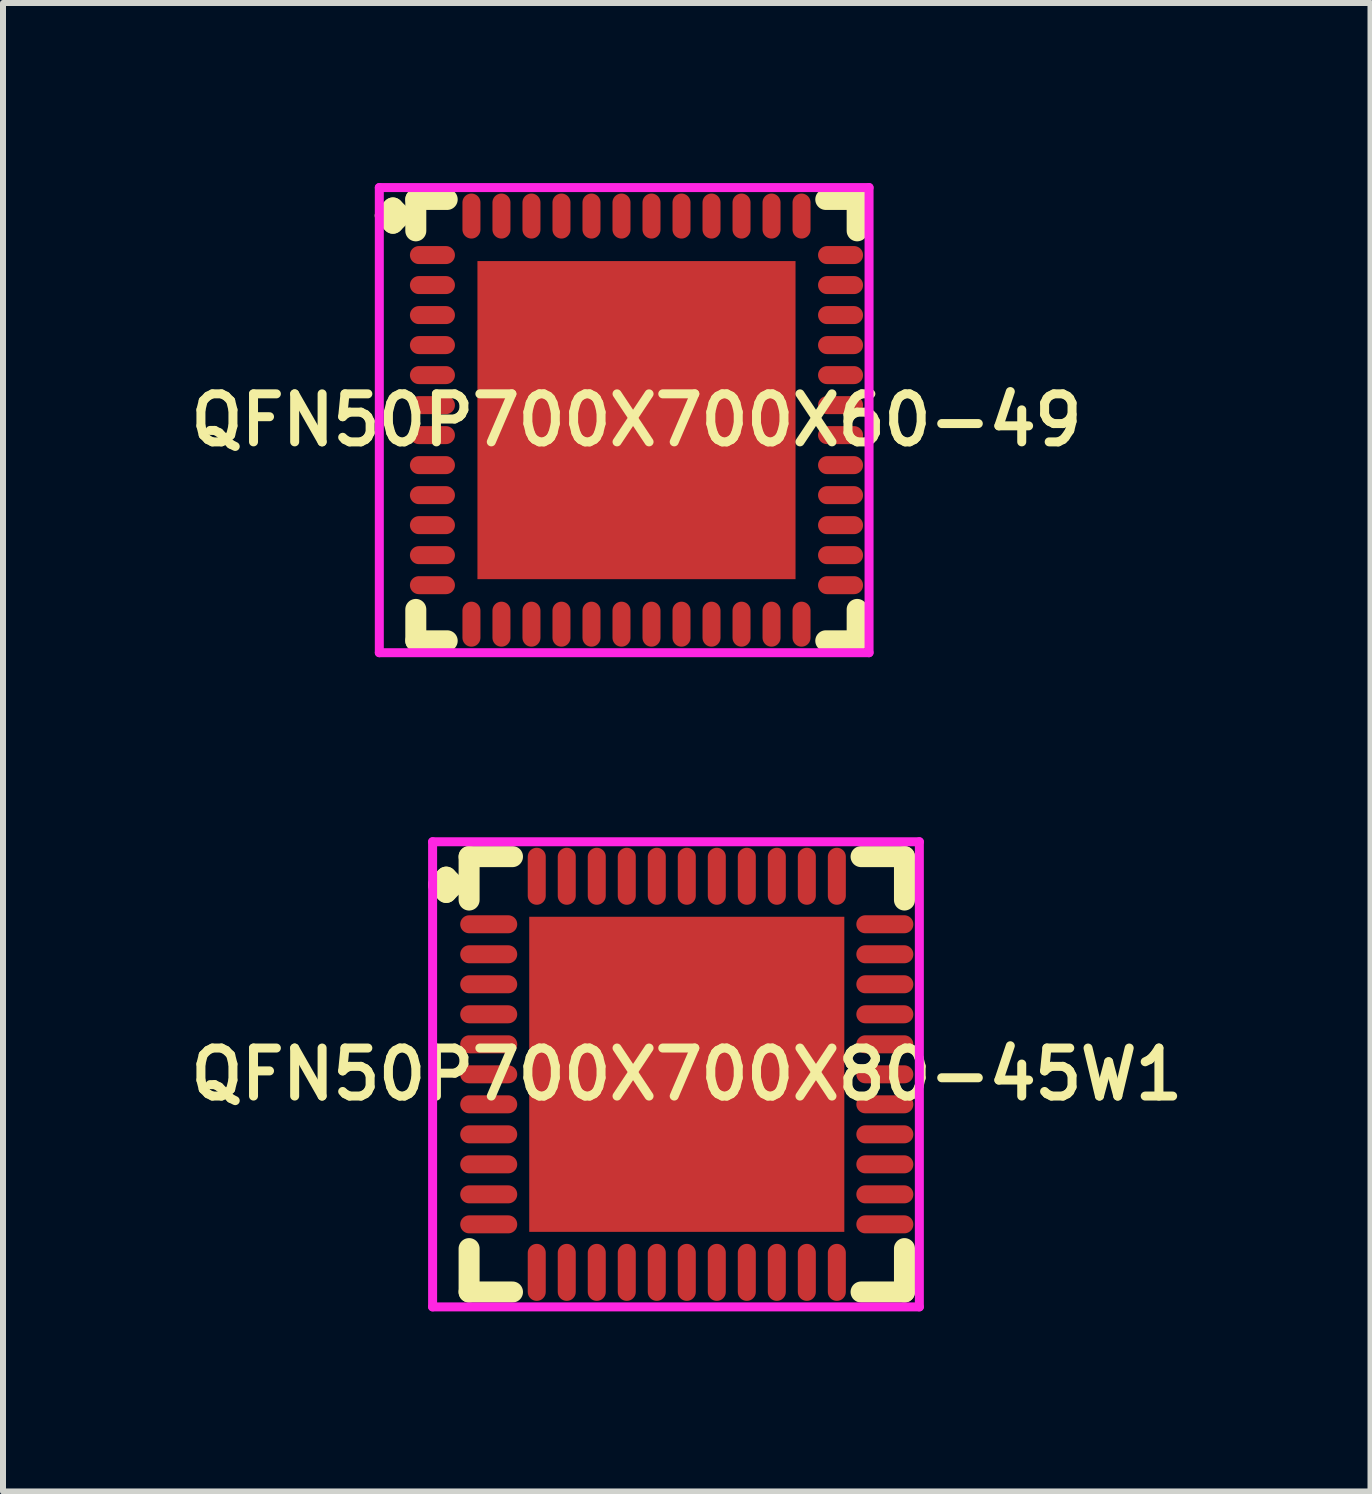
<source format=kicad_pcb>
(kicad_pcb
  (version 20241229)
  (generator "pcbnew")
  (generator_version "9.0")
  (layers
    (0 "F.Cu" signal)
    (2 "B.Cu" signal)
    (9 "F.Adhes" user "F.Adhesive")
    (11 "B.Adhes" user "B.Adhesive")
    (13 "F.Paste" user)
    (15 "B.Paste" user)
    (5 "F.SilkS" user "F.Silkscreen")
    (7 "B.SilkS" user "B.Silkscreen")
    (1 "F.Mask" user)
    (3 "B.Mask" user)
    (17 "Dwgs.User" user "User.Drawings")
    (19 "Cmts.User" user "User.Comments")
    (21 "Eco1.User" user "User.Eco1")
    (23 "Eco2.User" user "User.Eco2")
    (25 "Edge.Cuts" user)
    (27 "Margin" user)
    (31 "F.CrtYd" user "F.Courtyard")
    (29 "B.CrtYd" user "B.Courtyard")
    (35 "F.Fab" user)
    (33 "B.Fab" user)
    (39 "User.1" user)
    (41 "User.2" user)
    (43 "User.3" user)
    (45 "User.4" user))
  (footprint "QFN50P700X700X80-45W1"
    (layer "F.Cu")
    (at 8.393 14.85)
    (property "Reference" "QFN50P700X700X80-45W1" (at 0 0 0) (layer "F.SilkS") (effects (font (size 0.8 0.8) (thickness 0.15))))
    (attr smd)
    (fp_line (start -4.135 -3.158) (end -4.008 -3.285) (stroke (width 0.35) (type solid)) (layer "F.SilkS"))
    (fp_line (start -4.008 -3.285) (end -3.881 -3.158) (stroke (width 0.35) (type solid)) (layer "F.SilkS"))
    (fp_line (start -4.008 -3.031) (end -4.135 -3.158) (stroke (width 0.35) (type solid)) (layer "F.SilkS"))
    (fp_line (start -3.881 -3.158) (end -4.008 -3.031) (stroke (width 0.35) (type solid)) (layer "F.SilkS"))
    (fp_line (start -3.627 -3.627) (end -2.904 -3.627) (stroke (width 0.35) (type solid)) (layer "F.SilkS"))
    (fp_line (start -3.627 -2.904) (end -3.627 -3.627) (stroke (width 0.35) (type solid)) (layer "F.SilkS"))
    (fp_line (start -3.627 2.904) (end -3.627 3.627) (stroke (width 0.35) (type solid)) (layer "F.SilkS"))
    (fp_line (start -3.627 3.627) (end -2.904 3.627) (stroke (width 0.35) (type solid)) (layer "F.SilkS"))
    (fp_line (start 2.904 -3.627) (end 3.627 -3.627) (stroke (width 0.35) (type solid)) (layer "F.SilkS"))
    (fp_line (start 2.904 3.627) (end 3.627 3.627) (stroke (width 0.35) (type solid)) (layer "F.SilkS"))
    (fp_line (start 3.627 -3.627) (end 3.627 -2.904) (stroke (width 0.35) (type solid)) (layer "F.SilkS"))
    (fp_line (start 3.627 3.627) (end 3.627 2.904) (stroke (width 0.35) (type solid)) (layer "F.SilkS"))
    (fp_line (start -4.235 -3.875) (end 3.875 -3.875) (stroke (width 0.15) (type solid)) (layer "F.CrtYd"))
    (fp_line (start -4.235 3.875) (end -4.235 -3.875) (stroke (width 0.15) (type solid)) (layer "F.CrtYd"))
    (fp_line (start 3.875 -3.875) (end 3.875 3.875) (stroke (width 0.15) (type solid)) (layer "F.CrtYd"))
    (fp_line (start 3.875 3.875) (end -4.235 3.875) (stroke (width 0.15) (type solid)) (layer "F.CrtYd"))
    (pad "1" smd oval (at -3.3 -2.5) (size 0.95 0.3) (layers "F.Cu" "F.Mask" "F.Paste"))
    (pad "2" smd oval (at -3.3 -2) (size 0.95 0.3) (layers "F.Cu" "F.Mask" "F.Paste"))
    (pad "3" smd oval (at -3.3 -1.5) (size 0.95 0.3) (layers "F.Cu" "F.Mask" "F.Paste"))
    (pad "4" smd oval (at -3.3 -1) (size 0.95 0.3) (layers "F.Cu" "F.Mask" "F.Paste"))
    (pad "5" smd oval (at -3.3 -0.5) (size 0.95 0.3) (layers "F.Cu" "F.Mask" "F.Paste"))
    (pad "6" smd oval (at -3.3 0) (size 0.95 0.3) (layers "F.Cu" "F.Mask" "F.Paste"))
    (pad "7" smd oval (at -3.3 0.5) (size 0.95 0.3) (layers "F.Cu" "F.Mask" "F.Paste"))
    (pad "8" smd oval (at -3.3 1) (size 0.95 0.3) (layers "F.Cu" "F.Mask" "F.Paste"))
    (pad "9" smd oval (at -3.3 1.5) (size 0.95 0.3) (layers "F.Cu" "F.Mask" "F.Paste"))
    (pad "10" smd oval (at -3.3 2) (size 0.95 0.3) (layers "F.Cu" "F.Mask" "F.Paste"))
    (pad "11" smd oval (at -3.3 2.5) (size 0.95 0.3) (layers "F.Cu" "F.Mask" "F.Paste"))
    (pad "12" smd oval (at -2.5 3.3) (size 0.3 0.95) (layers "F.Cu" "F.Mask" "F.Paste"))
    (pad "13" smd oval (at -2 3.3) (size 0.3 0.95) (layers "F.Cu" "F.Mask" "F.Paste"))
    (pad "14" smd oval (at -1.5 3.3) (size 0.3 0.95) (layers "F.Cu" "F.Mask" "F.Paste"))
    (pad "15" smd oval (at -1 3.3) (size 0.3 0.95) (layers "F.Cu" "F.Mask" "F.Paste"))
    (pad "16" smd oval (at -0.5 3.3) (size 0.3 0.95) (layers "F.Cu" "F.Mask" "F.Paste"))
    (pad "17" smd oval (at 0 3.3) (size 0.3 0.95) (layers "F.Cu" "F.Mask" "F.Paste"))
    (pad "18" smd oval (at 0.5 3.3) (size 0.3 0.95) (layers "F.Cu" "F.Mask" "F.Paste"))
    (pad "19" smd oval (at 1 3.3) (size 0.3 0.95) (layers "F.Cu" "F.Mask" "F.Paste"))
    (pad "20" smd oval (at 1.5 3.3) (size 0.3 0.95) (layers "F.Cu" "F.Mask" "F.Paste"))
    (pad "21" smd oval (at 2 3.3) (size 0.3 0.95) (layers "F.Cu" "F.Mask" "F.Paste"))
    (pad "22" smd oval (at 2.5 3.3) (size 0.3 0.95) (layers "F.Cu" "F.Mask" "F.Paste"))
    (pad "23" smd oval (at 3.3 2.5) (size 0.95 0.3) (layers "F.Cu" "F.Mask" "F.Paste"))
    (pad "24" smd oval (at 3.3 2) (size 0.95 0.3) (layers "F.Cu" "F.Mask" "F.Paste"))
    (pad "25" smd oval (at 3.3 1.5) (size 0.95 0.3) (layers "F.Cu" "F.Mask" "F.Paste"))
    (pad "26" smd oval (at 3.3 1) (size 0.95 0.3) (layers "F.Cu" "F.Mask" "F.Paste"))
    (pad "27" smd oval (at 3.3 0.5) (size 0.95 0.3) (layers "F.Cu" "F.Mask" "F.Paste"))
    (pad "28" smd oval (at 3.3 0) (size 0.95 0.3) (layers "F.Cu" "F.Mask" "F.Paste"))
    (pad "29" smd oval (at 3.3 -0.5) (size 0.95 0.3) (layers "F.Cu" "F.Mask" "F.Paste"))
    (pad "30" smd oval (at 3.3 -1) (size 0.95 0.3) (layers "F.Cu" "F.Mask" "F.Paste"))
    (pad "31" smd oval (at 3.3 -1.5) (size 0.95 0.3) (layers "F.Cu" "F.Mask" "F.Paste"))
    (pad "32" smd oval (at 3.3 -2) (size 0.95 0.3) (layers "F.Cu" "F.Mask" "F.Paste"))
    (pad "33" smd oval (at 3.3 -2.5) (size 0.95 0.3) (layers "F.Cu" "F.Mask" "F.Paste"))
    (pad "34" smd oval (at 2.5 -3.3) (size 0.3 0.95) (layers "F.Cu" "F.Mask" "F.Paste"))
    (pad "35" smd oval (at 2 -3.3) (size 0.3 0.95) (layers "F.Cu" "F.Mask" "F.Paste"))
    (pad "36" smd oval (at 1.5 -3.3) (size 0.3 0.95) (layers "F.Cu" "F.Mask" "F.Paste"))
    (pad "37" smd oval (at 1 -3.3) (size 0.3 0.95) (layers "F.Cu" "F.Mask" "F.Paste"))
    (pad "38" smd oval (at 0.5 -3.3) (size 0.3 0.95) (layers "F.Cu" "F.Mask" "F.Paste"))
    (pad "39" smd oval (at 0 -3.3) (size 0.3 0.95) (layers "F.Cu" "F.Mask" "F.Paste"))
    (pad "40" smd oval (at -0.5 -3.3) (size 0.3 0.95) (layers "F.Cu" "F.Mask" "F.Paste"))
    (pad "41" smd oval (at -1 -3.3) (size 0.3 0.95) (layers "F.Cu" "F.Mask" "F.Paste"))
    (pad "42" smd oval (at -1.5 -3.3) (size 0.3 0.95) (layers "F.Cu" "F.Mask" "F.Paste"))
    (pad "43" smd oval (at -2 -3.3) (size 0.3 0.95) (layers "F.Cu" "F.Mask" "F.Paste"))
    (pad "44" smd oval (at -2.5 -3.3) (size 0.3 0.95) (layers "F.Cu" "F.Mask" "F.Paste"))
    (pad "45" smd rect (at 0 0) (size 5.25 5.25) (layers "F.Cu" "F.Mask" "F.Paste")))
  (footprint "QFN50P700X700X60-49"
    (layer "F.Cu")
    (at 7.555 3.95)
    (property "Reference" "QFN50P700X700X60-49" (at 0 0 0) (layer "F.SilkS") (effects (font (size 0.8 0.8) (thickness 0.15))))
    (attr smd)
    (fp_line (start -4.185 -3.408) (end -4.058 -3.535) (stroke (width 0.35) (type solid)) (layer "F.SilkS"))
    (fp_line (start -4.058 -3.535) (end -3.931 -3.408) (stroke (width 0.35) (type solid)) (layer "F.SilkS"))
    (fp_line (start -4.058 -3.281) (end -4.185 -3.408) (stroke (width 0.35) (type solid)) (layer "F.SilkS"))
    (fp_line (start -3.931 -3.408) (end -4.058 -3.281) (stroke (width 0.35) (type solid)) (layer "F.SilkS"))
    (fp_line (start -3.677 -3.677) (end -3.154 -3.677) (stroke (width 0.35) (type solid)) (layer "F.SilkS"))
    (fp_line (start -3.677 -3.154) (end -3.677 -3.677) (stroke (width 0.35) (type solid)) (layer "F.SilkS"))
    (fp_line (start -3.677 3.154) (end -3.677 3.677) (stroke (width 0.35) (type solid)) (layer "F.SilkS"))
    (fp_line (start -3.677 3.677) (end -3.154 3.677) (stroke (width 0.35) (type solid)) (layer "F.SilkS"))
    (fp_line (start 3.154 -3.677) (end 3.677 -3.677) (stroke (width 0.35) (type solid)) (layer "F.SilkS"))
    (fp_line (start 3.154 3.677) (end 3.677 3.677) (stroke (width 0.35) (type solid)) (layer "F.SilkS"))
    (fp_line (start 3.677 -3.677) (end 3.677 -3.154) (stroke (width 0.35) (type solid)) (layer "F.SilkS"))
    (fp_line (start 3.677 3.677) (end 3.677 3.154) (stroke (width 0.35) (type solid)) (layer "F.SilkS"))
    (fp_line (start -4.285 -3.875) (end 3.875 -3.875) (stroke (width 0.15) (type solid)) (layer "F.CrtYd"))
    (fp_line (start -4.285 3.875) (end -4.285 -3.875) (stroke (width 0.15) (type solid)) (layer "F.CrtYd"))
    (fp_line (start 3.875 -3.875) (end 3.875 3.875) (stroke (width 0.15) (type solid)) (layer "F.CrtYd"))
    (fp_line (start 3.875 3.875) (end -4.285 3.875) (stroke (width 0.15) (type solid)) (layer "F.CrtYd"))
    (pad "1" smd oval (at -3.4 -2.75) (size 0.75 0.3) (layers "F.Cu" "F.Mask" "F.Paste"))
    (pad "2" smd oval (at -3.4 -2.25) (size 0.75 0.3) (layers "F.Cu" "F.Mask" "F.Paste"))
    (pad "3" smd oval (at -3.4 -1.75) (size 0.75 0.3) (layers "F.Cu" "F.Mask" "F.Paste"))
    (pad "4" smd oval (at -3.4 -1.25) (size 0.75 0.3) (layers "F.Cu" "F.Mask" "F.Paste"))
    (pad "5" smd oval (at -3.4 -0.75) (size 0.75 0.3) (layers "F.Cu" "F.Mask" "F.Paste"))
    (pad "6" smd oval (at -3.4 -0.25) (size 0.75 0.3) (layers "F.Cu" "F.Mask" "F.Paste"))
    (pad "7" smd oval (at -3.4 0.25) (size 0.75 0.3) (layers "F.Cu" "F.Mask" "F.Paste"))
    (pad "8" smd oval (at -3.4 0.75) (size 0.75 0.3) (layers "F.Cu" "F.Mask" "F.Paste"))
    (pad "9" smd oval (at -3.4 1.25) (size 0.75 0.3) (layers "F.Cu" "F.Mask" "F.Paste"))
    (pad "10" smd oval (at -3.4 1.75) (size 0.75 0.3) (layers "F.Cu" "F.Mask" "F.Paste"))
    (pad "11" smd oval (at -3.4 2.25) (size 0.75 0.3) (layers "F.Cu" "F.Mask" "F.Paste"))
    (pad "12" smd oval (at -3.4 2.75) (size 0.75 0.3) (layers "F.Cu" "F.Mask" "F.Paste"))
    (pad "13" smd oval (at -2.75 3.4) (size 0.3 0.75) (layers "F.Cu" "F.Mask" "F.Paste"))
    (pad "14" smd oval (at -2.25 3.4) (size 0.3 0.75) (layers "F.Cu" "F.Mask" "F.Paste"))
    (pad "15" smd oval (at -1.75 3.4) (size 0.3 0.75) (layers "F.Cu" "F.Mask" "F.Paste"))
    (pad "16" smd oval (at -1.25 3.4) (size 0.3 0.75) (layers "F.Cu" "F.Mask" "F.Paste"))
    (pad "17" smd oval (at -0.75 3.4) (size 0.3 0.75) (layers "F.Cu" "F.Mask" "F.Paste"))
    (pad "18" smd oval (at -0.25 3.4) (size 0.3 0.75) (layers "F.Cu" "F.Mask" "F.Paste"))
    (pad "19" smd oval (at 0.25 3.4) (size 0.3 0.75) (layers "F.Cu" "F.Mask" "F.Paste"))
    (pad "20" smd oval (at 0.75 3.4) (size 0.3 0.75) (layers "F.Cu" "F.Mask" "F.Paste"))
    (pad "21" smd oval (at 1.25 3.4) (size 0.3 0.75) (layers "F.Cu" "F.Mask" "F.Paste"))
    (pad "22" smd oval (at 1.75 3.4) (size 0.3 0.75) (layers "F.Cu" "F.Mask" "F.Paste"))
    (pad "23" smd oval (at 2.25 3.4) (size 0.3 0.75) (layers "F.Cu" "F.Mask" "F.Paste"))
    (pad "24" smd oval (at 2.75 3.4) (size 0.3 0.75) (layers "F.Cu" "F.Mask" "F.Paste"))
    (pad "25" smd oval (at 3.4 2.75) (size 0.75 0.3) (layers "F.Cu" "F.Mask" "F.Paste"))
    (pad "26" smd oval (at 3.4 2.25) (size 0.75 0.3) (layers "F.Cu" "F.Mask" "F.Paste"))
    (pad "27" smd oval (at 3.4 1.75) (size 0.75 0.3) (layers "F.Cu" "F.Mask" "F.Paste"))
    (pad "28" smd oval (at 3.4 1.25) (size 0.75 0.3) (layers "F.Cu" "F.Mask" "F.Paste"))
    (pad "29" smd oval (at 3.4 0.75) (size 0.75 0.3) (layers "F.Cu" "F.Mask" "F.Paste"))
    (pad "30" smd oval (at 3.4 0.25) (size 0.75 0.3) (layers "F.Cu" "F.Mask" "F.Paste"))
    (pad "31" smd oval (at 3.4 -0.25) (size 0.75 0.3) (layers "F.Cu" "F.Mask" "F.Paste"))
    (pad "32" smd oval (at 3.4 -0.75) (size 0.75 0.3) (layers "F.Cu" "F.Mask" "F.Paste"))
    (pad "33" smd oval (at 3.4 -1.25) (size 0.75 0.3) (layers "F.Cu" "F.Mask" "F.Paste"))
    (pad "34" smd oval (at 3.4 -1.75) (size 0.75 0.3) (layers "F.Cu" "F.Mask" "F.Paste"))
    (pad "35" smd oval (at 3.4 -2.25) (size 0.75 0.3) (layers "F.Cu" "F.Mask" "F.Paste"))
    (pad "36" smd oval (at 3.4 -2.75) (size 0.75 0.3) (layers "F.Cu" "F.Mask" "F.Paste"))
    (pad "37" smd oval (at 2.75 -3.4) (size 0.3 0.75) (layers "F.Cu" "F.Mask" "F.Paste"))
    (pad "38" smd oval (at 2.25 -3.4) (size 0.3 0.75) (layers "F.Cu" "F.Mask" "F.Paste"))
    (pad "39" smd oval (at 1.75 -3.4) (size 0.3 0.75) (layers "F.Cu" "F.Mask" "F.Paste"))
    (pad "40" smd oval (at 1.25 -3.4) (size 0.3 0.75) (layers "F.Cu" "F.Mask" "F.Paste"))
    (pad "41" smd oval (at 0.75 -3.4) (size 0.3 0.75) (layers "F.Cu" "F.Mask" "F.Paste"))
    (pad "42" smd oval (at 0.25 -3.4) (size 0.3 0.75) (layers "F.Cu" "F.Mask" "F.Paste"))
    (pad "43" smd oval (at -0.25 -3.4) (size 0.3 0.75) (layers "F.Cu" "F.Mask" "F.Paste"))
    (pad "44" smd oval (at -0.75 -3.4) (size 0.3 0.75) (layers "F.Cu" "F.Mask" "F.Paste"))
    (pad "45" smd oval (at -1.25 -3.4) (size 0.3 0.75) (layers "F.Cu" "F.Mask" "F.Paste"))
    (pad "46" smd oval (at -1.75 -3.4) (size 0.3 0.75) (layers "F.Cu" "F.Mask" "F.Paste"))
    (pad "47" smd oval (at -2.25 -3.4) (size 0.3 0.75) (layers "F.Cu" "F.Mask" "F.Paste"))
    (pad "48" smd oval (at -2.75 -3.4) (size 0.3 0.75) (layers "F.Cu" "F.Mask" "F.Paste"))
    (pad "49" smd rect (at 0 0) (size 5.3 5.3) (layers "F.Cu" "F.Mask" "F.Paste")))
  (gr_rect
    (start -3 -3)
    (end 19.785 21.8)
    (stroke (width 0.1) (type default))
    (fill no)
    (layer "Edge.Cuts")))
</source>
